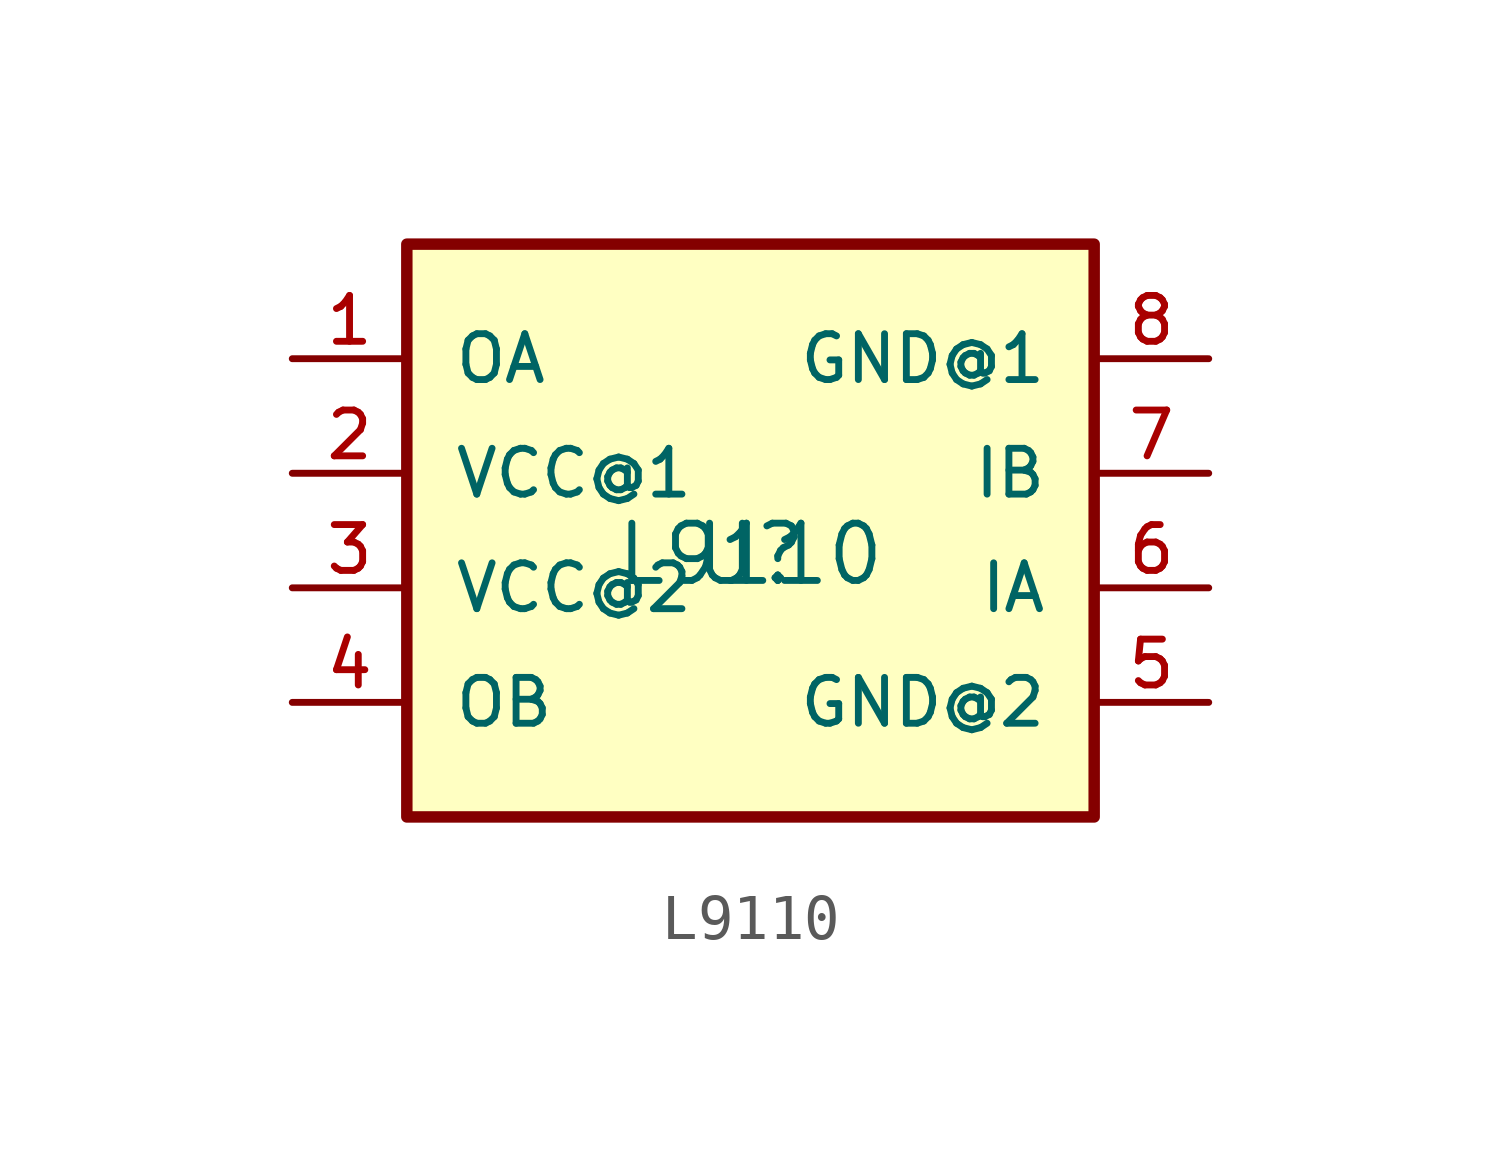
<source format=kicad_sym>
(kicad_symbol_lib
  (version 20211014)
  (generator kicad_symbol_editor)
  (symbol "L9110"
    (pin_names
      (offset 1.016))
    (property "Reference" "U"
      (at 0 0 0)
      (effects (font (size 1.27 1.27)) (justify bottom)))
    (property "Value" "L9110"
      (at 0 0.0 0)
      (effects (font (size 1.27 1.27)) (justify bottom)))
    (symbol "L9110_0_0"
      (rectangle (start -7.62 -5.08) (end 7.62 7.62) (stroke (width 0.254)) (fill (type background)))
      (pin output line (at -10.16 5.08 0) (length 2.54) (name "OA" (effects (font (size 1.016 1.016)))) (number "1" (effects (font (size 1.016 1.016)))))
      (pin power_in line (at -10.16 2.54 0) (length 2.54) (name "VCC@1" (effects (font (size 1.016 1.016)))) (number "2" (effects (font (size 1.016 1.016)))))
      (pin power_in line (at -10.16 0.0 0) (length 2.54) (name "VCC@2" (effects (font (size 1.016 1.016)))) (number "3" (effects (font (size 1.016 1.016)))))
      (pin output line (at -10.16 -2.54 0) (length 2.54) (name "OB" (effects (font (size 1.016 1.016)))) (number "4" (effects (font (size 1.016 1.016)))))
      (pin power_in line (at 10.16 -2.54 180.0) (length 2.54) (name "GND@2" (effects (font (size 1.016 1.016)))) (number "5" (effects (font (size 1.016 1.016)))))
      (pin input line (at 10.16 0.0 180.0) (length 2.54) (name "IA" (effects (font (size 1.016 1.016)))) (number "6" (effects (font (size 1.016 1.016)))))
      (pin input line (at 10.16 2.54 180.0) (length 2.54) (name "IB" (effects (font (size 1.016 1.016)))) (number "7" (effects (font (size 1.016 1.016)))))
      (pin power_in line (at 10.16 5.08 180.0) (length 2.54) (name "GND@1" (effects (font (size 1.016 1.016)))) (number "8" (effects (font (size 1.016 1.016))))))))
</source>
